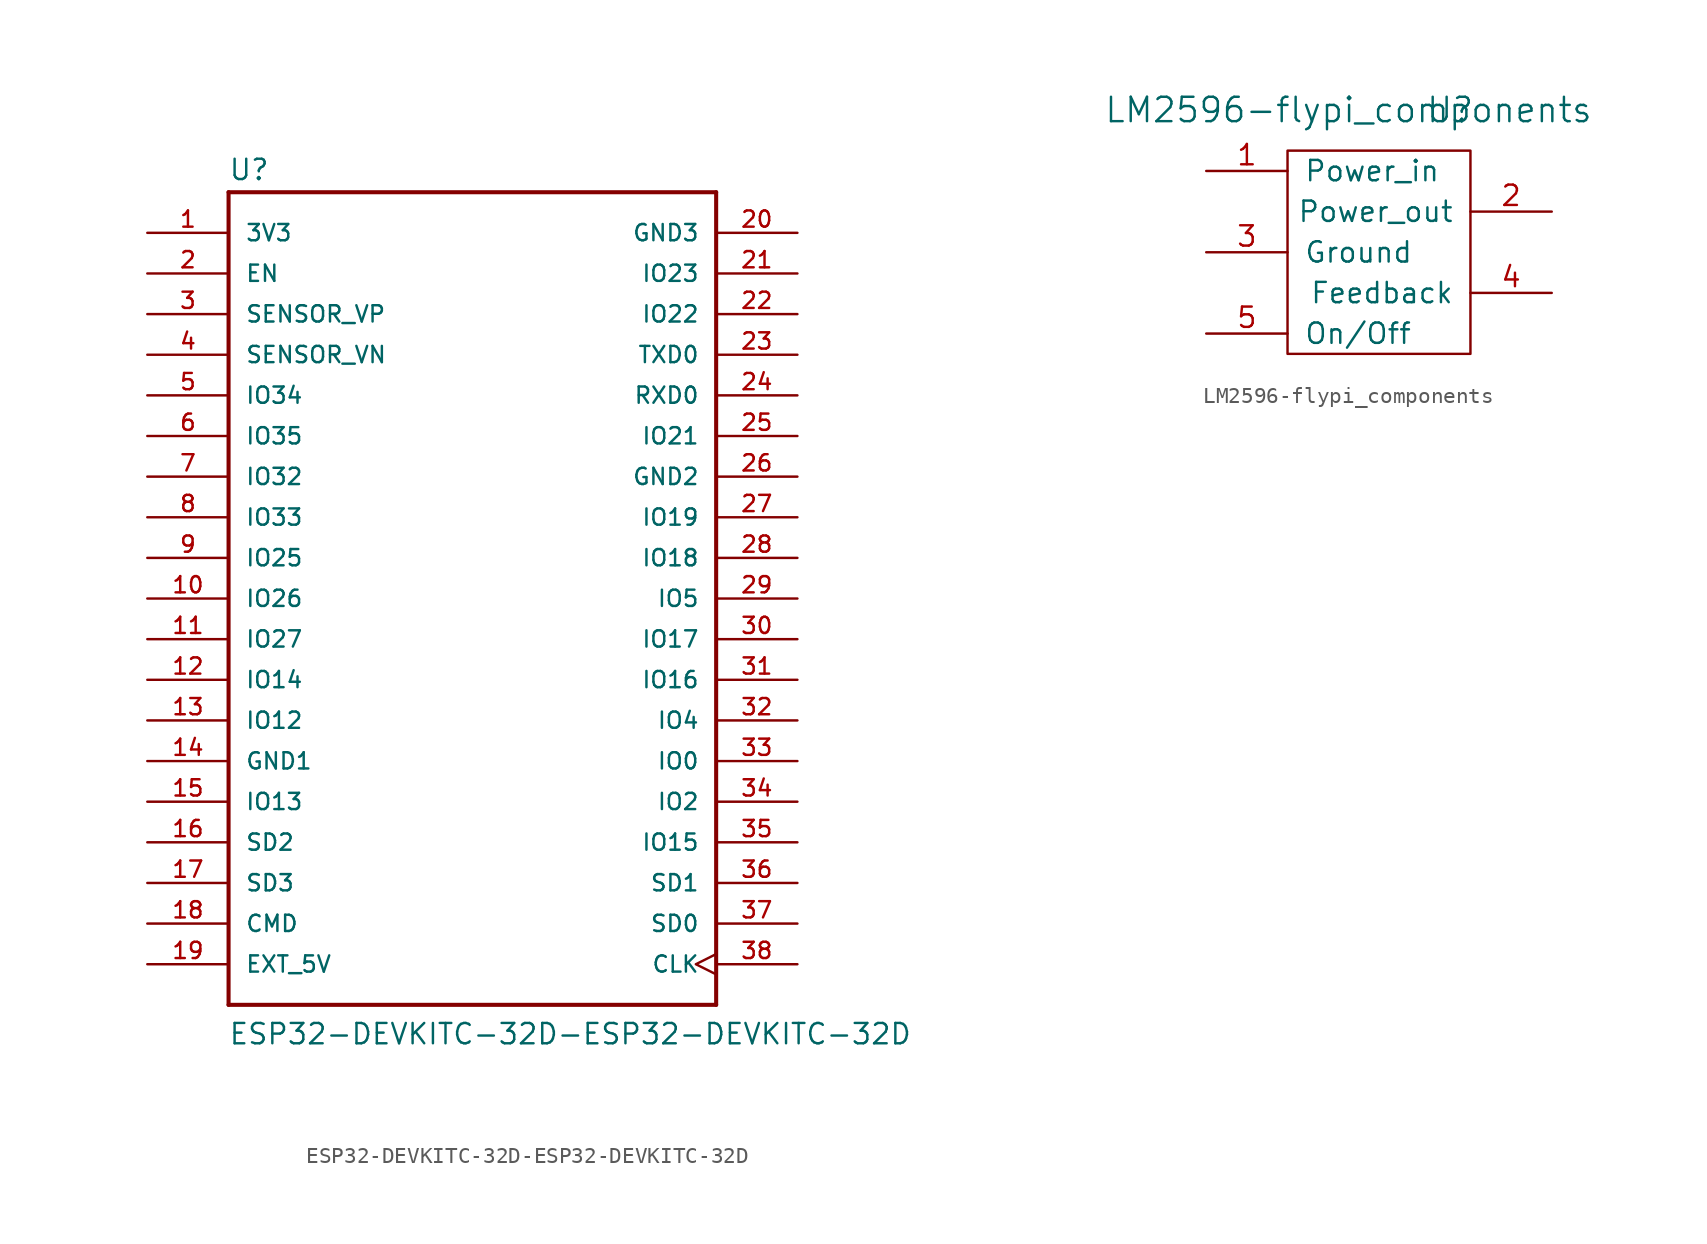
<source format=kicad_sym>
(kicad_symbol_lib
  (version 20231120)
  (generator "kicad_symbol_editor")
  (generator_version "8.0")
  (symbol "ESP32-DEVKITC-32D-ESP32-DEVKITC-32D"
    (pin_names
      (offset 1.016))
    (property "Reference" "U"
      (at -15.265 26.06 0)
      (effects (font (size 1.27 1.27)) (justify left bottom)))
    (property "Value" "ESP32-DEVKITC-32D-ESP32-DEVKITC-32D"
      (at -15.265 -27.965 0)
      (effects (font (size 1.27 1.27)) (justify left bottom)))
    (property "ki_locked" ""
      (at 0 0 0)
      (effects (font (size 1.27 1.27))))
    (symbol "ESP32-DEVKITC-32D-ESP32-DEVKITC-32D_0_0"
      (polyline (pts (xy -15.24 -25.4) (xy -15.24 25.4)) (stroke (width 0.254) (type solid)) (fill (type none)))
      (polyline (pts (xy -15.24 25.4) (xy 15.24 25.4)) (stroke (width 0.254) (type solid)) (fill (type none)))
      (polyline (pts (xy 15.24 -25.4) (xy -15.24 -25.4)) (stroke (width 0.254) (type solid)) (fill (type none)))
      (polyline (pts (xy 15.24 25.4) (xy 15.24 -25.4)) (stroke (width 0.254) (type solid)) (fill (type none)))
      (pin power_in line (at -20.32 22.86 0) (length 5.08) (name "3V3" (effects (font (size 1.016 1.016)))) (number "1" (effects (font (size 1.016 1.016)))))
      (pin bidirectional line (at -20.32 0 0) (length 5.08) (name "IO26" (effects (font (size 1.016 1.016)))) (number "10" (effects (font (size 1.016 1.016)))))
      (pin bidirectional line (at -20.32 -2.54 0) (length 5.08) (name "IO27" (effects (font (size 1.016 1.016)))) (number "11" (effects (font (size 1.016 1.016)))))
      (pin bidirectional line (at -20.32 -5.08 0) (length 5.08) (name "IO14" (effects (font (size 1.016 1.016)))) (number "12" (effects (font (size 1.016 1.016)))))
      (pin bidirectional line (at -20.32 -7.62 0) (length 5.08) (name "IO12" (effects (font (size 1.016 1.016)))) (number "13" (effects (font (size 1.016 1.016)))))
      (pin power_in line (at -20.32 -10.16 0) (length 5.08) (name "GND1" (effects (font (size 1.016 1.016)))) (number "14" (effects (font (size 1.016 1.016)))))
      (pin bidirectional line (at -20.32 -12.7 0) (length 5.08) (name "IO13" (effects (font (size 1.016 1.016)))) (number "15" (effects (font (size 1.016 1.016)))))
      (pin bidirectional line (at -20.32 -15.24 0) (length 5.08) (name "SD2" (effects (font (size 1.016 1.016)))) (number "16" (effects (font (size 1.016 1.016)))))
      (pin bidirectional line (at -20.32 -17.78 0) (length 5.08) (name "SD3" (effects (font (size 1.016 1.016)))) (number "17" (effects (font (size 1.016 1.016)))))
      (pin bidirectional line (at -20.32 -20.32 0) (length 5.08) (name "CMD" (effects (font (size 1.016 1.016)))) (number "18" (effects (font (size 1.016 1.016)))))
      (pin power_in line (at -20.32 -22.86 0) (length 5.08) (name "EXT_5V" (effects (font (size 1.016 1.016)))) (number "19" (effects (font (size 1.016 1.016)))))
      (pin input line (at -20.32 20.32 0) (length 5.08) (name "EN" (effects (font (size 1.016 1.016)))) (number "2" (effects (font (size 1.016 1.016)))))
      (pin power_in line (at 20.32 22.86 180) (length 5.08) (name "GND3" (effects (font (size 1.016 1.016)))) (number "20" (effects (font (size 1.016 1.016)))))
      (pin bidirectional line (at 20.32 20.32 180) (length 5.08) (name "IO23" (effects (font (size 1.016 1.016)))) (number "21" (effects (font (size 1.016 1.016)))))
      (pin bidirectional line (at 20.32 17.78 180) (length 5.08) (name "IO22" (effects (font (size 1.016 1.016)))) (number "22" (effects (font (size 1.016 1.016)))))
      (pin output line (at 20.32 15.24 180) (length 5.08) (name "TXD0" (effects (font (size 1.016 1.016)))) (number "23" (effects (font (size 1.016 1.016)))))
      (pin input line (at 20.32 12.7 180) (length 5.08) (name "RXD0" (effects (font (size 1.016 1.016)))) (number "24" (effects (font (size 1.016 1.016)))))
      (pin bidirectional line (at 20.32 10.16 180) (length 5.08) (name "IO21" (effects (font (size 1.016 1.016)))) (number "25" (effects (font (size 1.016 1.016)))))
      (pin power_in line (at 20.32 7.62 180) (length 5.08) (name "GND2" (effects (font (size 1.016 1.016)))) (number "26" (effects (font (size 1.016 1.016)))))
      (pin bidirectional line (at 20.32 5.08 180) (length 5.08) (name "IO19" (effects (font (size 1.016 1.016)))) (number "27" (effects (font (size 1.016 1.016)))))
      (pin bidirectional line (at 20.32 2.54 180) (length 5.08) (name "IO18" (effects (font (size 1.016 1.016)))) (number "28" (effects (font (size 1.016 1.016)))))
      (pin bidirectional line (at 20.32 0 180) (length 5.08) (name "IO5" (effects (font (size 1.016 1.016)))) (number "29" (effects (font (size 1.016 1.016)))))
      (pin input line (at -20.32 17.78 0) (length 5.08) (name "SENSOR_VP" (effects (font (size 1.016 1.016)))) (number "3" (effects (font (size 1.016 1.016)))))
      (pin bidirectional line (at 20.32 -2.54 180) (length 5.08) (name "IO17" (effects (font (size 1.016 1.016)))) (number "30" (effects (font (size 1.016 1.016)))))
      (pin bidirectional line (at 20.32 -5.08 180) (length 5.08) (name "IO16" (effects (font (size 1.016 1.016)))) (number "31" (effects (font (size 1.016 1.016)))))
      (pin bidirectional line (at 20.32 -7.62 180) (length 5.08) (name "IO4" (effects (font (size 1.016 1.016)))) (number "32" (effects (font (size 1.016 1.016)))))
      (pin bidirectional line (at 20.32 -10.16 180) (length 5.08) (name "IO0" (effects (font (size 1.016 1.016)))) (number "33" (effects (font (size 1.016 1.016)))))
      (pin bidirectional line (at 20.32 -12.7 180) (length 5.08) (name "IO2" (effects (font (size 1.016 1.016)))) (number "34" (effects (font (size 1.016 1.016)))))
      (pin bidirectional line (at 20.32 -15.24 180) (length 5.08) (name "IO15" (effects (font (size 1.016 1.016)))) (number "35" (effects (font (size 1.016 1.016)))))
      (pin bidirectional line (at 20.32 -17.78 180) (length 5.08) (name "SD1" (effects (font (size 1.016 1.016)))) (number "36" (effects (font (size 1.016 1.016)))))
      (pin bidirectional line (at 20.32 -20.32 180) (length 5.08) (name "SD0" (effects (font (size 1.016 1.016)))) (number "37" (effects (font (size 1.016 1.016)))))
      (pin input clock (at 20.32 -22.86 180) (length 5.08) (name "CLK" (effects (font (size 1.016 1.016)))) (number "38" (effects (font (size 1.016 1.016)))))
      (pin input line (at -20.32 15.24 0) (length 5.08) (name "SENSOR_VN" (effects (font (size 1.016 1.016)))) (number "4" (effects (font (size 1.016 1.016)))))
      (pin bidirectional line (at -20.32 12.7 0) (length 5.08) (name "IO34" (effects (font (size 1.016 1.016)))) (number "5" (effects (font (size 1.016 1.016)))))
      (pin bidirectional line (at -20.32 10.16 0) (length 5.08) (name "IO35" (effects (font (size 1.016 1.016)))) (number "6" (effects (font (size 1.016 1.016)))))
      (pin bidirectional line (at -20.32 7.62 0) (length 5.08) (name "IO32" (effects (font (size 1.016 1.016)))) (number "7" (effects (font (size 1.016 1.016)))))
      (pin bidirectional line (at -20.32 5.08 0) (length 5.08) (name "IO33" (effects (font (size 1.016 1.016)))) (number "8" (effects (font (size 1.016 1.016)))))
      (pin bidirectional line (at -20.32 2.54 0) (length 5.08) (name "IO25" (effects (font (size 1.016 1.016)))) (number "9" (effects (font (size 1.016 1.016)))))))
  (symbol "LM2596-flypi_components"
    (pin_names
      (offset 1.016))
    (property "Reference" "U"
      (at 5.08 0 0)
      (effects (font (size 1.524 1.524))))
    (property "Value" "LM2596-flypi_components"
      (at -1.27 0 0)
      (effects (font (size 1.524 1.524))))
    (property "Footprint" ""
      (at 5.08 0 0)
      (effects (font (size 1.524 1.524))))
    (property "Datasheet" ""
      (at 5.08 0 0)
      (effects (font (size 1.524 1.524))))
    (symbol "LM2596-flypi_components_0_1"
      (rectangle (start -5.08 -2.54) (end 6.35 -15.24) (stroke (width 0) (type solid)) (fill (type none))))
    (symbol "LM2596-flypi_components_1_1"
      (pin input line (at -10.16 -3.81 0) (length 5.08) (name "Power_in" (effects (font (size 1.27 1.27)))) (number "1" (effects (font (size 1.27 1.27)))))
      (pin output line (at 11.43 -6.35 180) (length 5.08) (name "Power_out" (effects (font (size 1.27 1.27)))) (number "2" (effects (font (size 1.27 1.27)))))
      (pin bidirectional line (at -10.16 -8.89 0) (length 5.08) (name "Ground" (effects (font (size 1.27 1.27)))) (number "3" (effects (font (size 1.27 1.27)))))
      (pin input line (at 11.43 -11.43 180) (length 5.08) (name "Feedback" (effects (font (size 1.27 1.27)))) (number "4" (effects (font (size 1.27 1.27)))))
      (pin input line (at -10.16 -13.97 0) (length 5.08) (name "On/Off" (effects (font (size 1.27 1.27)))) (number "5" (effects (font (size 1.27 1.27))))))))
</source>
